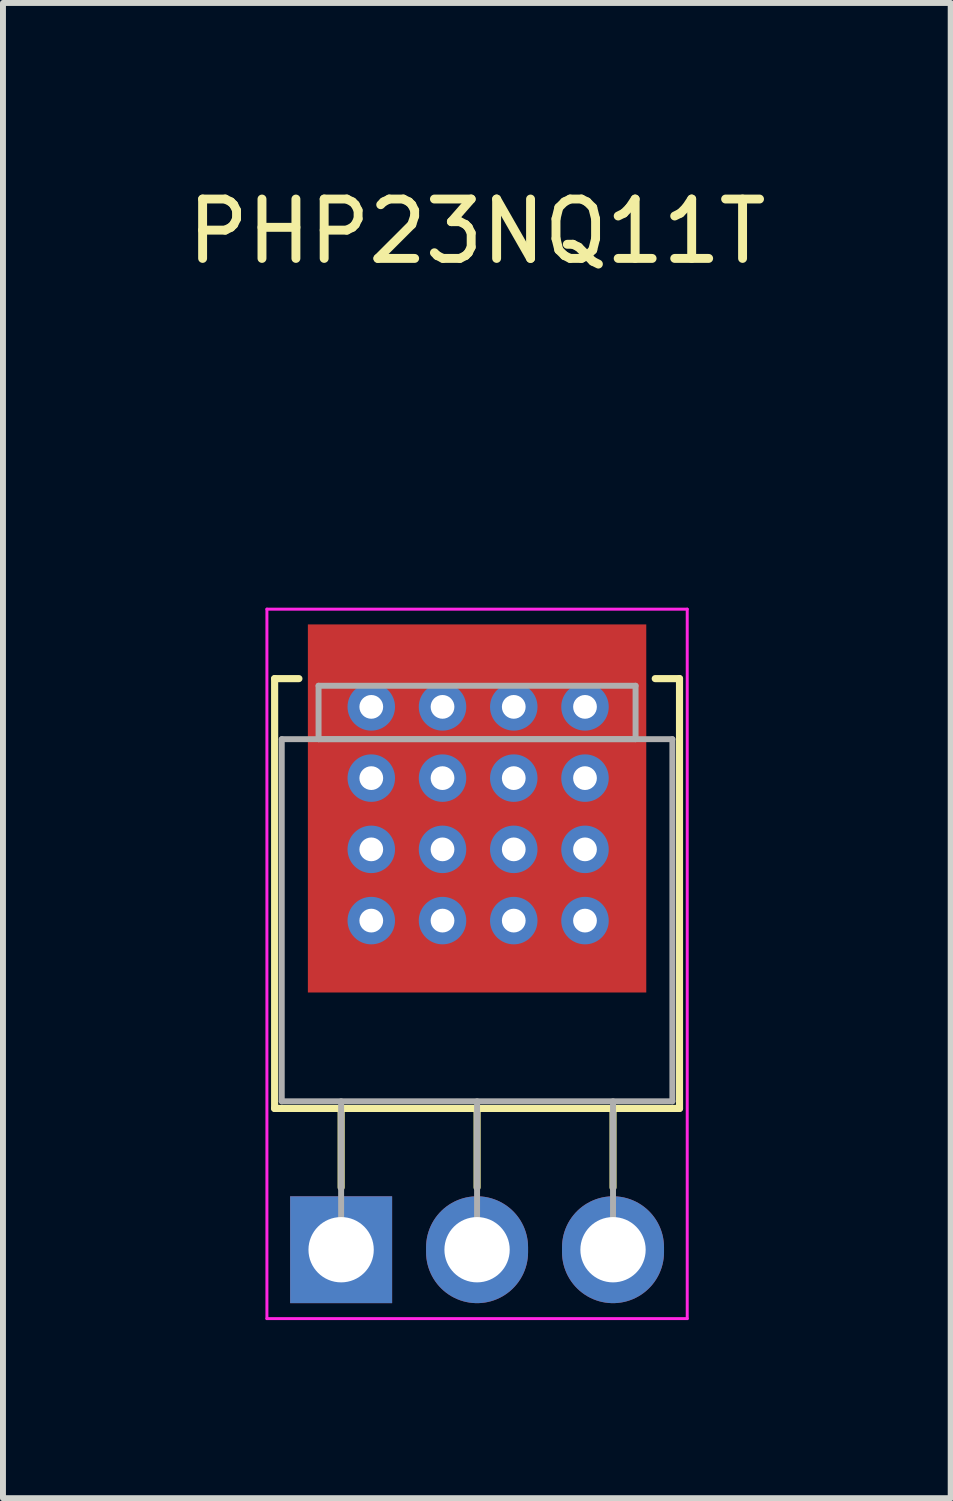
<source format=kicad_pcb>
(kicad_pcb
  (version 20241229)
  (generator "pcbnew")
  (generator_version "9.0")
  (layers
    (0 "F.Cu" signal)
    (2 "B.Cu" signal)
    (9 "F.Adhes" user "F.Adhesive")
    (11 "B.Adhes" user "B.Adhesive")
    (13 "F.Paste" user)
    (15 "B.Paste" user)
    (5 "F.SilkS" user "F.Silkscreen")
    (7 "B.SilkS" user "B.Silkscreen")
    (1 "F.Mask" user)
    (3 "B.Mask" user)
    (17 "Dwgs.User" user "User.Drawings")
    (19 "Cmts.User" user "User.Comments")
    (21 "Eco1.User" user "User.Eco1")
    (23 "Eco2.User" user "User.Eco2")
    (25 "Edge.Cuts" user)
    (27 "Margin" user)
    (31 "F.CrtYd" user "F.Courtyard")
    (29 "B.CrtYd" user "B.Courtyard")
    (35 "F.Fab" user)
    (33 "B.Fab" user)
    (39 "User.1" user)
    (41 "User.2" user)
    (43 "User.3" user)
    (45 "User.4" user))
  (footprint "PHP23NQ11T"
    (layer "F.Cu")
    (at 4.982 10.635)
    (property "Reference" "PHP23NQ11T" (at 0 -9.787 0) (layer "F.SilkS") (effects (font (size 1 1) (thickness 0.15))))
    (attr through_hole)
    (fp_line (start -3.406 -2.254) (end -3.406 4.986) (stroke (width 0.12) (type solid)) (layer "F.SilkS"))
    (fp_line (start -3.406 -2.254) (end -2.997 -2.254) (stroke (width 0.12) (type solid)) (layer "F.SilkS"))
    (fp_line (start -3.406 4.986) (end 3.414 4.986) (stroke (width 0.12) (type solid)) (layer "F.SilkS"))
    (fp_line (start -2.286 4.986) (end -2.286 6.316) (stroke (width 0.12) (type solid)) (layer "F.SilkS"))
    (fp_line (start 0.004 4.986) (end 0.004 6.316) (stroke (width 0.12) (type solid)) (layer "F.SilkS"))
    (fp_line (start 2.294 4.986) (end 2.294 6.316) (stroke (width 0.12) (type solid)) (layer "F.SilkS"))
    (fp_line (start 3.005 -2.254) (end 3.414 -2.254) (stroke (width 0.12) (type solid)) (layer "F.SilkS"))
    (fp_line (start 3.414 -2.254) (end 3.414 4.986) (stroke (width 0.12) (type solid)) (layer "F.SilkS"))
    (fp_line (start -3.536 -3.424) (end -3.536 8.526) (stroke (width 0.05) (type solid)) (layer "F.CrtYd"))
    (fp_line (start -3.536 8.526) (end 3.544 8.526) (stroke (width 0.05) (type solid)) (layer "F.CrtYd"))
    (fp_line (start 3.544 -3.424) (end -3.536 -3.424) (stroke (width 0.05) (type solid)) (layer "F.CrtYd"))
    (fp_line (start 3.544 8.526) (end 3.544 -3.424) (stroke (width 0.05) (type solid)) (layer "F.CrtYd"))
    (fp_line (start -3.286 -1.234) (end 3.294 -1.234) (stroke (width 0.1) (type solid)) (layer "F.Fab"))
    (fp_line (start -3.286 4.866) (end -3.286 -1.234) (stroke (width 0.1) (type solid)) (layer "F.Fab"))
    (fp_line (start -2.666 -2.134) (end 2.674 -2.134) (stroke (width 0.1) (type solid)) (layer "F.Fab"))
    (fp_line (start -2.666 -1.234) (end -2.666 -2.134) (stroke (width 0.1) (type solid)) (layer "F.Fab"))
    (fp_line (start -2.286 4.866) (end -2.286 7.366) (stroke (width 0.1) (type solid)) (layer "F.Fab"))
    (fp_line (start 0.004 4.866) (end 0.004 7.366) (stroke (width 0.1) (type solid)) (layer "F.Fab"))
    (fp_line (start 2.294 4.866) (end 2.294 7.366) (stroke (width 0.1) (type solid)) (layer "F.Fab"))
    (fp_line (start 2.674 -2.134) (end 2.674 -1.234) (stroke (width 0.1) (type solid)) (layer "F.Fab"))
    (fp_line (start 2.674 -1.234) (end -2.666 -1.234) (stroke (width 0.1) (type solid)) (layer "F.Fab"))
    (fp_line (start 3.294 -1.234) (end 3.294 4.866) (stroke (width 0.1) (type solid)) (layer "F.Fab"))
    (fp_line (start 3.294 4.866) (end -3.286 4.866) (stroke (width 0.1) (type solid)) (layer "F.Fab"))
    (pad "1" thru_hole rect (at -2.286 7.366) (size 1.718 1.8) (drill 1.1) (layers "*.Cu" "*.Mask"))
    (pad "2" thru_hole oval (at 0.004 7.366) (size 1.718 1.8) (drill 1.1) (layers "*.Cu" "*.Mask"))
    (pad "3" thru_hole oval (at 2.294 7.366) (size 1.718 1.8) (drill 1.1) (layers "*.Cu" "*.Mask"))
    (pad "4" thru_hole circle (at -1.778 -1.778) (size 0.8 0.8) (drill 0.4) (layers "*.Cu" "*.Mask"))
    (pad "4" thru_hole circle (at -1.778 -0.578) (size 0.8 0.8) (drill 0.4) (layers "*.Cu" "*.Mask"))
    (pad "4" thru_hole circle (at -1.778 0.622) (size 0.8 0.8) (drill 0.4) (layers "*.Cu" "*.Mask"))
    (pad "4" thru_hole circle (at -1.778 1.822) (size 0.8 0.8) (drill 0.4) (layers "*.Cu" "*.Mask"))
    (pad "4" thru_hole circle (at -0.578 -1.778) (size 0.8 0.8) (drill 0.4) (layers "*.Cu" "*.Mask"))
    (pad "4" thru_hole circle (at -0.578 -0.578) (size 0.8 0.8) (drill 0.4) (layers "*.Cu" "*.Mask"))
    (pad "4" thru_hole circle (at -0.578 0.622) (size 0.8 0.8) (drill 0.4) (layers "*.Cu" "*.Mask"))
    (pad "4" thru_hole circle (at -0.578 1.822) (size 0.8 0.8) (drill 0.4) (layers "*.Cu" "*.Mask"))
    (pad "4" smd rect (at 0.004 -0.067) (size 5.7 6.2) (layers "F.Cu" "F.Mask" "F.Paste"))
    (pad "4" thru_hole circle (at 0.622 -1.778) (size 0.8 0.8) (drill 0.4) (layers "*.Cu" "*.Mask"))
    (pad "4" thru_hole circle (at 0.622 -0.578) (size 0.8 0.8) (drill 0.4) (layers "*.Cu" "*.Mask"))
    (pad "4" thru_hole circle (at 0.622 0.622) (size 0.8 0.8) (drill 0.4) (layers "*.Cu" "*.Mask"))
    (pad "4" thru_hole circle (at 0.622 1.822) (size 0.8 0.8) (drill 0.4) (layers "*.Cu" "*.Mask"))
    (pad "4" thru_hole circle (at 1.822 -1.778) (size 0.8 0.8) (drill 0.4) (layers "*.Cu" "*.Mask"))
    (pad "4" thru_hole circle (at 1.822 -0.578) (size 0.8 0.8) (drill 0.4) (layers "*.Cu" "*.Mask"))
    (pad "4" thru_hole circle (at 1.822 0.622) (size 0.8 0.8) (drill 0.4) (layers "*.Cu" "*.Mask"))
    (pad "4" thru_hole circle (at 1.822 1.822) (size 0.8 0.8) (drill 0.4) (layers "*.Cu" "*.Mask")))
  (gr_rect
    (start -3 -3)
    (end 12.964 22.186)
    (stroke (width 0.1) (type default))
    (fill no)
    (layer "Edge.Cuts")))
</source>
